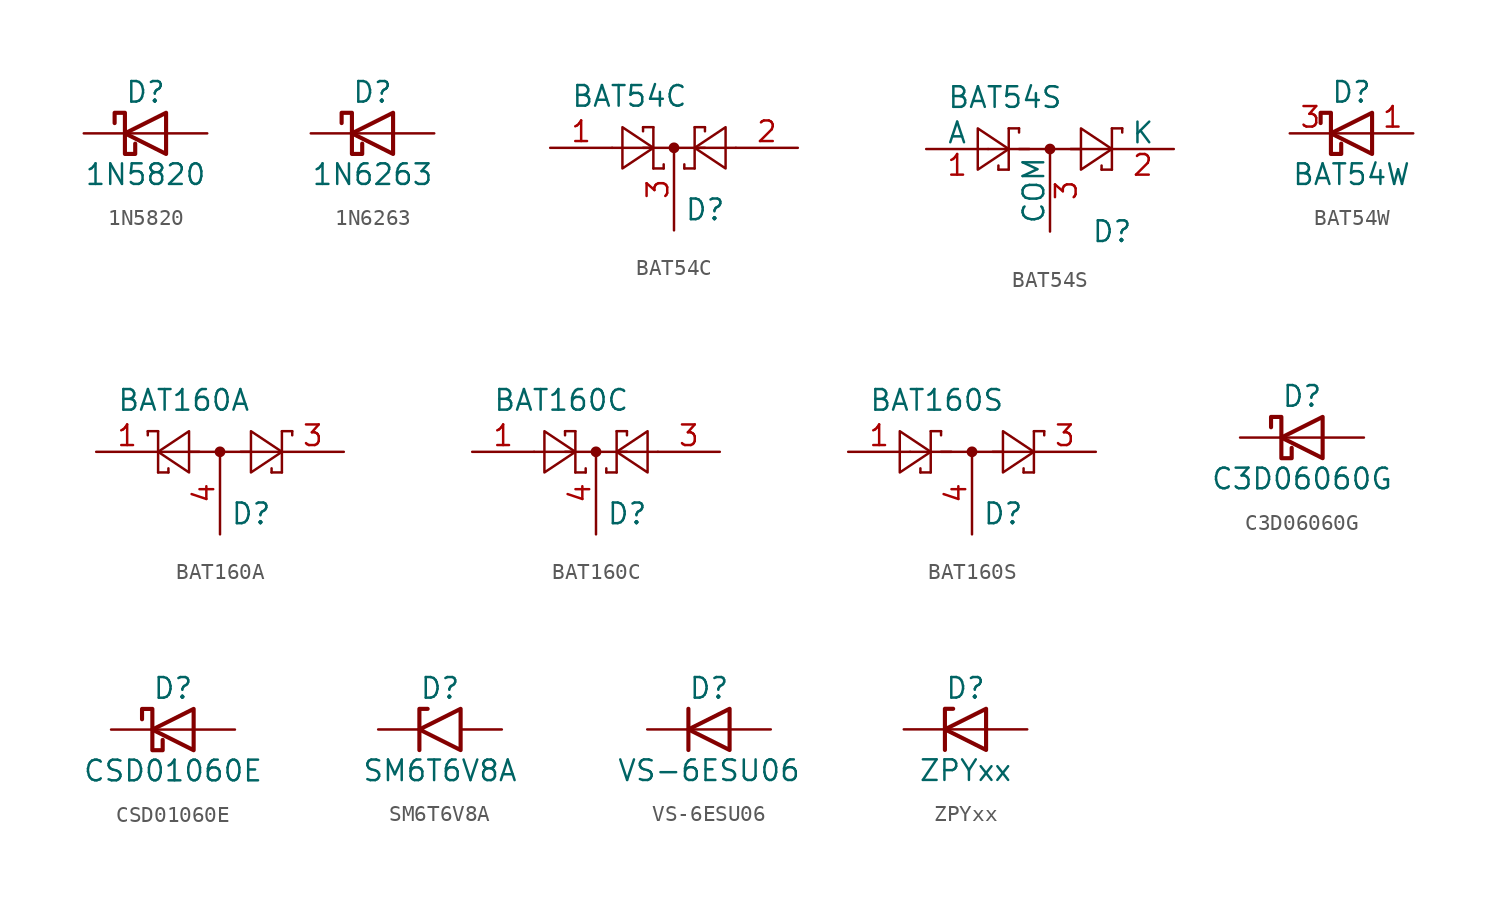
<source format=kicad_sym>
(kicad_symbol_lib
  (version 20231120)
  (generator "kicad_symbol_editor")
  (generator_version "8.0")
  (symbol "1N5820"
    (pin_numbers hide)
    (pin_names
      (offset 1.016) hide)
    (property "Reference" "D"
      (at 0 2.54 0)
      (effects (font (size 1.27 1.27))))
    (property "Value" "1N5820"
      (at 0 -2.54 0)
      (effects (font (size 1.27 1.27))))
    (symbol "1N5820_0_1"
      (polyline (pts (xy 1.27 0) (xy -1.27 0)) (stroke (width 0) (type default)) (fill (type none)))
      (polyline (pts (xy 1.27 1.27) (xy 1.27 -1.27) (xy -1.27 0) (xy 1.27 1.27)) (stroke (width 0.254) (type default)) (fill (type none)))
      (polyline (pts (xy -1.905 0.635) (xy -1.905 1.27) (xy -1.27 1.27) (xy -1.27 -1.27) (xy -0.635 -1.27) (xy -0.635 -0.635)) (stroke (width 0.254) (type default)) (fill (type none))))
    (symbol "1N5820_1_1"
      (pin passive line (at -3.81 0 0) (length 2.54) (name "K" (effects (font (size 1.27 1.27)))) (number "1" (effects (font (size 1.27 1.27)))))
      (pin passive line (at 3.81 0 180) (length 2.54) (name "A" (effects (font (size 1.27 1.27)))) (number "2" (effects (font (size 1.27 1.27)))))))
  (symbol "1N6263"
    (pin_numbers hide)
    (pin_names
      (offset 1.016) hide)
    (property "Reference" "D"
      (at 0 2.54 0)
      (effects (font (size 1.27 1.27))))
    (property "Value" "1N6263"
      (at 0 -2.54 0)
      (effects (font (size 1.27 1.27))))
    (symbol "1N6263_0_1"
      (polyline (pts (xy 1.27 0) (xy -1.27 0)) (stroke (width 0) (type default)) (fill (type none)))
      (polyline (pts (xy 1.27 1.27) (xy 1.27 -1.27) (xy -1.27 0) (xy 1.27 1.27)) (stroke (width 0.254) (type default)) (fill (type none)))
      (polyline (pts (xy -1.905 0.635) (xy -1.905 1.27) (xy -1.27 1.27) (xy -1.27 -1.27) (xy -0.635 -1.27) (xy -0.635 -0.635)) (stroke (width 0.254) (type default)) (fill (type none))))
    (symbol "1N6263_1_1"
      (pin passive line (at -3.81 0 0) (length 2.54) (name "K" (effects (font (size 1.27 1.27)))) (number "1" (effects (font (size 1.27 1.27)))))
      (pin passive line (at 3.81 0 180) (length 2.54) (name "A" (effects (font (size 1.27 1.27)))) (number "2" (effects (font (size 1.27 1.27)))))))
  (symbol "BAT54C"
    (pin_names
      (offset 1.016))
    (property "Reference" "D"
      (at 0.635 -3.81 0)
      (effects (font (size 1.27 1.27)) (justify left)))
    (property "Value" "BAT54C"
      (at -6.35 3.175 0)
      (effects (font (size 1.27 1.27)) (justify left)))
    (symbol "BAT54C_0_1"
      (polyline (pts (xy -1.905 0) (xy 1.905 0)) (stroke (width 0) (type default)) (fill (type none)))
      (polyline (pts (xy -1.905 1.27) (xy -1.905 1.016)) (stroke (width 0) (type default)) (fill (type none)))
      (polyline (pts (xy -1.27 -1.27) (xy -0.635 -1.27)) (stroke (width 0) (type default)) (fill (type none)))
      (polyline (pts (xy -1.27 0) (xy -3.81 0)) (stroke (width 0) (type default)) (fill (type none)))
      (polyline (pts (xy -1.27 1.27) (xy -1.905 1.27)) (stroke (width 0) (type default)) (fill (type none)))
      (polyline (pts (xy -1.27 1.27) (xy -1.27 -1.27)) (stroke (width 0) (type default)) (fill (type none)))
      (polyline (pts (xy -0.635 -1.27) (xy -0.635 -1.016)) (stroke (width 0) (type default)) (fill (type none)))
      (polyline (pts (xy 0.635 -1.27) (xy 0.635 -1.016)) (stroke (width 0) (type default)) (fill (type none)))
      (polyline (pts (xy 1.27 -1.27) (xy 0.635 -1.27)) (stroke (width 0) (type default)) (fill (type none)))
      (polyline (pts (xy 1.27 1.27) (xy 1.27 -1.27)) (stroke (width 0) (type default)) (fill (type none)))
      (polyline (pts (xy 1.27 1.27) (xy 1.905 1.27)) (stroke (width 0) (type default)) (fill (type none)))
      (polyline (pts (xy 1.905 1.27) (xy 1.905 1.016)) (stroke (width 0) (type default)) (fill (type none)))
      (polyline (pts (xy 3.81 0) (xy 1.27 0)) (stroke (width 0) (type default)) (fill (type none)))
      (polyline (pts (xy -3.175 -1.27) (xy -3.175 1.27) (xy -1.27 0) (xy -3.175 -1.27)) (stroke (width 0) (type default)) (fill (type none)))
      (polyline (pts (xy 3.175 -1.27) (xy 3.175 1.27) (xy 1.27 0) (xy 3.175 -1.27)) (stroke (width 0) (type default)) (fill (type none)))
      (circle (center 0 0) (radius 0.254) (stroke (width 0) (type default)) (fill (type outline))))
    (symbol "BAT54C_1_1"
      (pin passive line (at -7.62 0 0) (length 3.81) (name "~" (effects (font (size 1.27 1.27)))) (number "1" (effects (font (size 1.27 1.27)))))
      (pin passive line (at 7.62 0 180) (length 3.81) (name "~" (effects (font (size 1.27 1.27)))) (number "2" (effects (font (size 1.27 1.27)))))
      (pin passive line (at 0 -5.08 90) (length 5.08) (name "~" (effects (font (size 1.27 1.27)))) (number "3" (effects (font (size 1.27 1.27)))))))
  (symbol "BAT54S"
    (pin_names
      (offset 0))
    (property "Reference" "D"
      (at 2.54 -5.08 0)
      (effects (font (size 1.27 1.27)) (justify left)))
    (property "Value" "BAT54S"
      (at -6.35 3.175 0)
      (effects (font (size 1.27 1.27)) (justify left)))
    (symbol "BAT54S_0_1"
      (polyline (pts (xy -3.81 0) (xy -1.27 0)) (stroke (width 0) (type default)) (fill (type none)))
      (polyline (pts (xy -3.175 -1.27) (xy -3.175 -1.016)) (stroke (width 0) (type default)) (fill (type none)))
      (polyline (pts (xy -2.54 -1.27) (xy -3.175 -1.27)) (stroke (width 0) (type default)) (fill (type none)))
      (polyline (pts (xy -2.54 -1.27) (xy -2.54 1.27)) (stroke (width 0) (type default)) (fill (type none)))
      (polyline (pts (xy -2.54 1.27) (xy -1.905 1.27)) (stroke (width 0) (type default)) (fill (type none)))
      (polyline (pts (xy -1.905 0) (xy 1.905 0)) (stroke (width 0) (type default)) (fill (type none)))
      (polyline (pts (xy -1.905 1.27) (xy -1.905 1.016)) (stroke (width 0) (type default)) (fill (type none)))
      (polyline (pts (xy 1.27 0) (xy 3.81 0)) (stroke (width 0) (type default)) (fill (type none)))
      (polyline (pts (xy 3.175 -1.27) (xy 3.175 -1.016)) (stroke (width 0) (type default)) (fill (type none)))
      (polyline (pts (xy 3.81 -1.27) (xy 3.175 -1.27)) (stroke (width 0) (type default)) (fill (type none)))
      (polyline (pts (xy 3.81 -1.27) (xy 3.81 1.27)) (stroke (width 0) (type default)) (fill (type none)))
      (polyline (pts (xy 3.81 1.27) (xy 4.445 1.27)) (stroke (width 0) (type default)) (fill (type none)))
      (polyline (pts (xy 4.445 1.27) (xy 4.445 1.016)) (stroke (width 0) (type default)) (fill (type none)))
      (polyline (pts (xy -4.445 1.27) (xy -4.445 -1.27) (xy -2.54 0) (xy -4.445 1.27)) (stroke (width 0) (type default)) (fill (type none)))
      (polyline (pts (xy 1.905 1.27) (xy 1.905 -1.27) (xy 3.81 0) (xy 1.905 1.27)) (stroke (width 0) (type default)) (fill (type none)))
      (circle (center 0 0) (radius 0.254) (stroke (width 0) (type default)) (fill (type outline))))
    (symbol "BAT54S_1_1"
      (pin passive line (at -7.62 0 0) (length 3.81) (name "A" (effects (font (size 1.27 1.27)))) (number "1" (effects (font (size 1.27 1.27)))))
      (pin passive line (at 7.62 0 180) (length 3.81) (name "K" (effects (font (size 1.27 1.27)))) (number "2" (effects (font (size 1.27 1.27)))))
      (pin passive line (at 0 -5.08 90) (length 5.08) (name "COM" (effects (font (size 1.27 1.27)))) (number "3" (effects (font (size 1.27 1.27)))))))
  (symbol "BAT54W"
    (pin_names
      (offset 1.016) hide)
    (property "Reference" "D"
      (at 0 2.54 0)
      (effects (font (size 1.27 1.27))))
    (property "Value" "BAT54W"
      (at 0 -2.54 0)
      (effects (font (size 1.27 1.27))))
    (symbol "BAT54W_0_1"
      (polyline (pts (xy 1.27 0) (xy -1.27 0)) (stroke (width 0) (type default)) (fill (type none)))
      (polyline (pts (xy 1.27 1.27) (xy 1.27 -1.27) (xy -1.27 0) (xy 1.27 1.27)) (stroke (width 0.254) (type default)) (fill (type none)))
      (polyline (pts (xy -1.905 0.635) (xy -1.905 1.27) (xy -1.27 1.27) (xy -1.27 -1.27) (xy -0.635 -1.27) (xy -0.635 -0.635)) (stroke (width 0.254) (type default)) (fill (type none))))
    (symbol "BAT54W_1_1"
      (pin passive line (at 3.81 0 180) (length 2.54) (name "A" (effects (font (size 1.27 1.27)))) (number "1" (effects (font (size 1.27 1.27)))))
      (pin no_connect line (at 0 0 90) (length 2.54) hide (name "NC" (effects (font (size 1.27 1.27)))) (number "2" (effects (font (size 1.27 1.27)))))
      (pin passive line (at -3.81 0 0) (length 2.54) (name "K" (effects (font (size 1.27 1.27)))) (number "3" (effects (font (size 1.27 1.27)))))))
  (symbol "BAT160A"
    (property "Reference" "D"
      (at 0.635 -3.81 0)
      (effects (font (size 1.27 1.27)) (justify left)))
    (property "Value" "BAT160A"
      (at -6.35 3.175 0)
      (effects (font (size 1.27 1.27)) (justify left)))
    (symbol "BAT160A_0_1"
      (polyline (pts (xy -4.445 1.27) (xy -4.445 1.016)) (stroke (width 0) (type default)) (fill (type none)))
      (polyline (pts (xy -3.81 -1.27) (xy -3.81 1.27)) (stroke (width 0) (type default)) (fill (type none)))
      (polyline (pts (xy -3.81 -1.27) (xy -3.175 -1.27)) (stroke (width 0) (type default)) (fill (type none)))
      (polyline (pts (xy -3.81 0) (xy -1.27 0)) (stroke (width 0) (type default)) (fill (type none)))
      (polyline (pts (xy -3.81 1.27) (xy -4.445 1.27)) (stroke (width 0) (type default)) (fill (type none)))
      (polyline (pts (xy -3.175 -1.27) (xy -3.175 -1.016)) (stroke (width 0) (type default)) (fill (type none)))
      (polyline (pts (xy -1.905 0) (xy 1.905 0)) (stroke (width 0) (type default)) (fill (type none)))
      (polyline (pts (xy 1.27 0) (xy 3.81 0)) (stroke (width 0) (type default)) (fill (type none)))
      (polyline (pts (xy 3.175 -1.27) (xy 3.175 -1.016)) (stroke (width 0) (type default)) (fill (type none)))
      (polyline (pts (xy 3.81 -1.27) (xy 3.175 -1.27)) (stroke (width 0) (type default)) (fill (type none)))
      (polyline (pts (xy 3.81 -1.27) (xy 3.81 1.27)) (stroke (width 0) (type default)) (fill (type none)))
      (polyline (pts (xy 3.81 1.27) (xy 4.445 1.27)) (stroke (width 0) (type default)) (fill (type none)))
      (polyline (pts (xy 4.445 1.27) (xy 4.445 1.016)) (stroke (width 0) (type default)) (fill (type none)))
      (polyline (pts (xy -1.905 1.27) (xy -1.905 -1.27) (xy -3.81 0) (xy -1.905 1.27)) (stroke (width 0) (type default)) (fill (type none)))
      (polyline (pts (xy 1.905 1.27) (xy 1.905 -1.27) (xy 3.81 0) (xy 1.905 1.27)) (stroke (width 0) (type default)) (fill (type none)))
      (circle (center 0 0) (radius 0.254) (stroke (width 0) (type default)) (fill (type outline))))
    (symbol "BAT160A_1_1"
      (pin passive line (at -7.62 0 0) (length 3.81) (name "~" (effects (font (size 1.27 1.27)))) (number "1" (effects (font (size 1.27 1.27)))))
      (pin no_connect line (at 0 0 270) (length 2.54) hide (name "NC" (effects (font (size 1.27 1.27)))) (number "2" (effects (font (size 1.27 1.27)))))
      (pin passive line (at 7.62 0 180) (length 3.81) (name "~" (effects (font (size 1.27 1.27)))) (number "3" (effects (font (size 1.27 1.27)))))
      (pin passive line (at 0 -5.08 90) (length 5.08) (name "~" (effects (font (size 1.27 1.27)))) (number "4" (effects (font (size 1.27 1.27)))))))
  (symbol "BAT160C"
    (property "Reference" "D"
      (at 0.635 -3.81 0)
      (effects (font (size 1.27 1.27)) (justify left)))
    (property "Value" "BAT160C"
      (at -6.35 3.175 0)
      (effects (font (size 1.27 1.27)) (justify left)))
    (symbol "BAT160C_0_1"
      (polyline (pts (xy -1.905 0) (xy 1.905 0)) (stroke (width 0) (type default)) (fill (type none)))
      (polyline (pts (xy -1.905 1.27) (xy -1.905 1.016)) (stroke (width 0) (type default)) (fill (type none)))
      (polyline (pts (xy -1.27 -1.27) (xy -0.635 -1.27)) (stroke (width 0) (type default)) (fill (type none)))
      (polyline (pts (xy -1.27 0) (xy -3.81 0)) (stroke (width 0) (type default)) (fill (type none)))
      (polyline (pts (xy -1.27 1.27) (xy -1.905 1.27)) (stroke (width 0) (type default)) (fill (type none)))
      (polyline (pts (xy -1.27 1.27) (xy -1.27 -1.27)) (stroke (width 0) (type default)) (fill (type none)))
      (polyline (pts (xy -0.635 -1.27) (xy -0.635 -1.016)) (stroke (width 0) (type default)) (fill (type none)))
      (polyline (pts (xy 0.635 -1.27) (xy 0.635 -1.016)) (stroke (width 0) (type default)) (fill (type none)))
      (polyline (pts (xy 1.27 -1.27) (xy 0.635 -1.27)) (stroke (width 0) (type default)) (fill (type none)))
      (polyline (pts (xy 1.27 1.27) (xy 1.27 -1.27)) (stroke (width 0) (type default)) (fill (type none)))
      (polyline (pts (xy 1.27 1.27) (xy 1.905 1.27)) (stroke (width 0) (type default)) (fill (type none)))
      (polyline (pts (xy 1.905 1.27) (xy 1.905 1.016)) (stroke (width 0) (type default)) (fill (type none)))
      (polyline (pts (xy 3.81 0) (xy 1.27 0)) (stroke (width 0) (type default)) (fill (type none)))
      (polyline (pts (xy -3.175 -1.27) (xy -3.175 1.27) (xy -1.27 0) (xy -3.175 -1.27)) (stroke (width 0) (type default)) (fill (type none)))
      (polyline (pts (xy 3.175 -1.27) (xy 3.175 1.27) (xy 1.27 0) (xy 3.175 -1.27)) (stroke (width 0) (type default)) (fill (type none)))
      (circle (center 0 0) (radius 0.254) (stroke (width 0) (type default)) (fill (type outline))))
    (symbol "BAT160C_1_1"
      (pin passive line (at -7.62 0 0) (length 3.81) (name "~" (effects (font (size 1.27 1.27)))) (number "1" (effects (font (size 1.27 1.27)))))
      (pin no_connect line (at 0 0 270) (length 2.54) hide (name "NC" (effects (font (size 1.27 1.27)))) (number "2" (effects (font (size 1.27 1.27)))))
      (pin passive line (at 7.62 0 180) (length 3.81) (name "~" (effects (font (size 1.27 1.27)))) (number "3" (effects (font (size 1.27 1.27)))))
      (pin passive line (at 0 -5.08 90) (length 5.08) (name "~" (effects (font (size 1.27 1.27)))) (number "4" (effects (font (size 1.27 1.27)))))))
  (symbol "BAT160S"
    (property "Reference" "D"
      (at 0.635 -3.81 0)
      (effects (font (size 1.27 1.27)) (justify left)))
    (property "Value" "BAT160S"
      (at -6.35 3.175 0)
      (effects (font (size 1.27 1.27)) (justify left)))
    (symbol "BAT160S_0_1"
      (polyline (pts (xy -3.81 0) (xy -1.27 0)) (stroke (width 0) (type default)) (fill (type none)))
      (polyline (pts (xy -3.175 -1.27) (xy -3.175 -1.016)) (stroke (width 0) (type default)) (fill (type none)))
      (polyline (pts (xy -2.54 -1.27) (xy -3.175 -1.27)) (stroke (width 0) (type default)) (fill (type none)))
      (polyline (pts (xy -2.54 -1.27) (xy -2.54 1.27)) (stroke (width 0) (type default)) (fill (type none)))
      (polyline (pts (xy -2.54 1.27) (xy -1.905 1.27)) (stroke (width 0) (type default)) (fill (type none)))
      (polyline (pts (xy -1.905 0) (xy 1.905 0)) (stroke (width 0) (type default)) (fill (type none)))
      (polyline (pts (xy -1.905 1.27) (xy -1.905 1.016)) (stroke (width 0) (type default)) (fill (type none)))
      (polyline (pts (xy 1.27 0) (xy 3.81 0)) (stroke (width 0) (type default)) (fill (type none)))
      (polyline (pts (xy 3.175 -1.27) (xy 3.175 -1.016)) (stroke (width 0) (type default)) (fill (type none)))
      (polyline (pts (xy 3.81 -1.27) (xy 3.175 -1.27)) (stroke (width 0) (type default)) (fill (type none)))
      (polyline (pts (xy 3.81 -1.27) (xy 3.81 1.27)) (stroke (width 0) (type default)) (fill (type none)))
      (polyline (pts (xy 3.81 1.27) (xy 4.445 1.27)) (stroke (width 0) (type default)) (fill (type none)))
      (polyline (pts (xy 4.445 1.27) (xy 4.445 1.016)) (stroke (width 0) (type default)) (fill (type none)))
      (polyline (pts (xy -4.445 1.27) (xy -4.445 -1.27) (xy -2.54 0) (xy -4.445 1.27)) (stroke (width 0) (type default)) (fill (type none)))
      (polyline (pts (xy 1.905 1.27) (xy 1.905 -1.27) (xy 3.81 0) (xy 1.905 1.27)) (stroke (width 0) (type default)) (fill (type none)))
      (circle (center 0 0) (radius 0.254) (stroke (width 0) (type default)) (fill (type outline))))
    (symbol "BAT160S_1_1"
      (pin passive line (at -7.62 0 0) (length 3.81) (name "~" (effects (font (size 1.27 1.27)))) (number "1" (effects (font (size 1.27 1.27)))))
      (pin no_connect line (at 0 0 270) (length 2.54) hide (name "NC" (effects (font (size 1.27 1.27)))) (number "2" (effects (font (size 1.27 1.27)))))
      (pin passive line (at 7.62 0 180) (length 3.81) (name "~" (effects (font (size 1.27 1.27)))) (number "3" (effects (font (size 1.27 1.27)))))
      (pin passive line (at 0 -5.08 90) (length 5.08) (name "~" (effects (font (size 1.27 1.27)))) (number "4" (effects (font (size 1.27 1.27)))))))
  (symbol "C3D06060G"
    (pin_numbers hide)
    (pin_names
      (offset 1.016) hide)
    (property "Reference" "D"
      (at 0 2.54 0)
      (effects (font (size 1.27 1.27))))
    (property "Value" "C3D06060G"
      (at 0 -2.54 0)
      (effects (font (size 1.27 1.27))))
    (symbol "C3D06060G_0_1"
      (polyline (pts (xy 1.27 0) (xy -1.27 0)) (stroke (width 0) (type default)) (fill (type none)))
      (polyline (pts (xy 1.27 1.27) (xy 1.27 -1.27) (xy -1.27 0) (xy 1.27 1.27)) (stroke (width 0.254) (type default)) (fill (type none)))
      (polyline (pts (xy -1.905 0.635) (xy -1.905 1.27) (xy -1.27 1.27) (xy -1.27 -1.27) (xy -0.635 -1.27) (xy -0.635 -0.635)) (stroke (width 0.254) (type default)) (fill (type none))))
    (symbol "C3D06060G_1_1"
      (pin passive line (at -3.81 0 0) (length 2.54) (name "K" (effects (font (size 1.27 1.27)))) (number "1" (effects (font (size 1.27 1.27)))))
      (pin passive line (at 3.81 0 180) (length 2.54) (name "A" (effects (font (size 1.27 1.27)))) (number "2" (effects (font (size 1.27 1.27)))))))
  (symbol "CSD01060E"
    (pin_numbers hide)
    (pin_names
      (offset 1.016) hide)
    (property "Reference" "D"
      (at 0 2.54 0)
      (effects (font (size 1.27 1.27))))
    (property "Value" "CSD01060E"
      (at 0 -2.54 0)
      (effects (font (size 1.27 1.27))))
    (symbol "CSD01060E_0_1"
      (polyline (pts (xy 1.27 0) (xy -1.27 0)) (stroke (width 0) (type default)) (fill (type none)))
      (polyline (pts (xy 1.27 1.27) (xy 1.27 -1.27) (xy -1.27 0) (xy 1.27 1.27)) (stroke (width 0.254) (type default)) (fill (type none)))
      (polyline (pts (xy -1.905 0.635) (xy -1.905 1.27) (xy -1.27 1.27) (xy -1.27 -1.27) (xy -0.635 -1.27) (xy -0.635 -0.635)) (stroke (width 0.254) (type default)) (fill (type none))))
    (symbol "CSD01060E_1_1"
      (pin passive line (at -3.81 0 0) (length 2.54) (name "K" (effects (font (size 1.27 1.27)))) (number "1" (effects (font (size 1.27 1.27)))))
      (pin passive line (at 3.81 0 180) (length 2.54) (name "A" (effects (font (size 1.27 1.27)))) (number "2" (effects (font (size 1.27 1.27)))))))
  (symbol "SM6T6V8A"
    (pin_numbers hide)
    (pin_names
      (offset 1.016) hide)
    (property "Reference" "D"
      (at 0 2.54 0)
      (effects (font (size 1.27 1.27))))
    (property "Value" "SM6T6V8A"
      (at 0 -2.54 0)
      (effects (font (size 1.27 1.27))))
    (symbol "SM6T6V8A_0_1"
      (polyline (pts (xy -0.762 1.27) (xy -1.27 1.27) (xy -1.27 -1.27)) (stroke (width 0.254) (type default)) (fill (type none)))
      (polyline (pts (xy 1.27 1.27) (xy 1.27 -1.27) (xy -1.27 0) (xy 1.27 1.27)) (stroke (width 0.254) (type default)) (fill (type none))))
    (symbol "SM6T6V8A_1_1"
      (pin passive line (at -3.81 0 0) (length 2.54) (name "A1" (effects (font (size 1.27 1.27)))) (number "1" (effects (font (size 1.27 1.27)))))
      (pin passive line (at 3.81 0 180) (length 2.54) (name "A2" (effects (font (size 1.27 1.27)))) (number "2" (effects (font (size 1.27 1.27)))))))
  (symbol "VS-6ESU06"
    (pin_numbers hide)
    (pin_names hide)
    (property "Reference" "D"
      (at 0 2.54 0)
      (effects (font (size 1.27 1.27))))
    (property "Value" "VS-6ESU06"
      (at 0 -2.54 0)
      (effects (font (size 1.27 1.27))))
    (symbol "VS-6ESU06_0_1"
      (polyline (pts (xy -1.27 1.27) (xy -1.27 -1.27)) (stroke (width 0.254) (type default)) (fill (type none)))
      (polyline (pts (xy 1.27 0) (xy -1.27 0)) (stroke (width 0) (type default)) (fill (type none)))
      (polyline (pts (xy 1.27 1.27) (xy 1.27 -1.27) (xy -1.27 0) (xy 1.27 1.27)) (stroke (width 0.254) (type default)) (fill (type none))))
    (symbol "VS-6ESU06_1_1"
      (pin passive line (at 3.81 0 180) (length 2.54) (name "A" (effects (font (size 1.27 1.27)))) (number "1" (effects (font (size 1.27 1.27)))))
      (pin passive line (at 3.81 0 180) (length 2.54) hide (name "A" (effects (font (size 1.27 1.27)))) (number "2" (effects (font (size 1.27 1.27)))))
      (pin passive line (at -3.81 0 0) (length 2.54) (name "K" (effects (font (size 1.27 1.27)))) (number "3" (effects (font (size 1.27 1.27)))))))
  (symbol "ZPYxx"
    (pin_numbers hide)
    (pin_names hide)
    (property "Reference" "D"
      (at 0 2.54 0)
      (effects (font (size 1.27 1.27))))
    (property "Value" "ZPYxx"
      (at 0 -2.54 0)
      (effects (font (size 1.27 1.27))))
    (symbol "ZPYxx_0_1"
      (polyline (pts (xy 1.27 0) (xy -1.27 0)) (stroke (width 0) (type default)) (fill (type none)))
      (polyline (pts (xy -1.27 -1.27) (xy -1.27 1.27) (xy -0.762 1.27)) (stroke (width 0.254) (type default)) (fill (type none)))
      (polyline (pts (xy 1.27 -1.27) (xy 1.27 1.27) (xy -1.27 0) (xy 1.27 -1.27)) (stroke (width 0.254) (type default)) (fill (type none))))
    (symbol "ZPYxx_1_1"
      (pin passive line (at -3.81 0 0) (length 2.54) (name "K" (effects (font (size 1.27 1.27)))) (number "1" (effects (font (size 1.27 1.27)))))
      (pin passive line (at 3.81 0 180) (length 2.54) (name "A" (effects (font (size 1.27 1.27)))) (number "2" (effects (font (size 1.27 1.27))))))))
</source>
